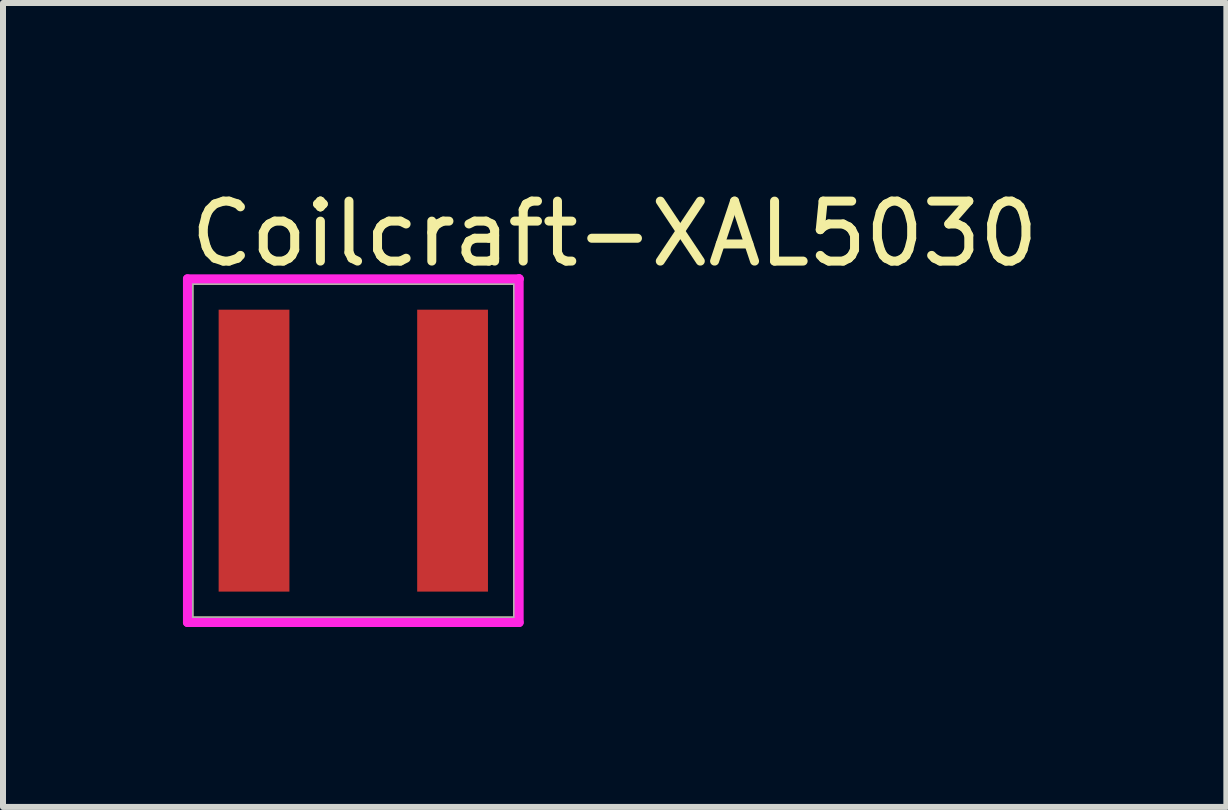
<source format=kicad_pcb>
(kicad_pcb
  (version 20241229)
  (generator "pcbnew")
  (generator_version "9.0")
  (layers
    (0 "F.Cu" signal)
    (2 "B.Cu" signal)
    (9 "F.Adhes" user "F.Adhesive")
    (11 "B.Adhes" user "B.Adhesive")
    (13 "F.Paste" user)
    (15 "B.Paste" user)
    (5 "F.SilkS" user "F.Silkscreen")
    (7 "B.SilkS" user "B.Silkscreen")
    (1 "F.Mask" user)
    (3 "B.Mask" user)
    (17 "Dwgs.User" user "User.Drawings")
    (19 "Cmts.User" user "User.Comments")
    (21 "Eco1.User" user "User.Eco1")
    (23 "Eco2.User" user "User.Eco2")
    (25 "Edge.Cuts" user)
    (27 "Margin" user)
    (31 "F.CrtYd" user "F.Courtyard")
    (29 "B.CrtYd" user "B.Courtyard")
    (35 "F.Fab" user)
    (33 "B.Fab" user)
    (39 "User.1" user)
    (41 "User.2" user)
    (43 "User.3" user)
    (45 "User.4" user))
  (footprint "Coilcraft-XAL5030"
    (layer "F.Cu")
    (at 2.84 4.463)
    (property "Reference" "Coilcraft-XAL5030" (at -2.79 -3.615 0) (layer "F.SilkS") (effects (font (size 1 1) (thickness 0.15)) (justify left)))
    (attr through_hole)
    (fp_line (start -2.74 -2.84) (end 2.74 -2.84) (stroke (width 0.15) (type solid)) (layer "F.SilkS"))
    (fp_line (start -2.74 2.84) (end -2.74 -2.84) (stroke (width 0.15) (type solid)) (layer "F.SilkS"))
    (fp_line (start -2.74 2.84) (end 2.74 2.84) (stroke (width 0.15) (type solid)) (layer "F.SilkS"))
    (fp_line (start 2.74 2.84) (end 2.74 -2.84) (stroke (width 0.15) (type solid)) (layer "F.SilkS"))
    (fp_line (start -2.765 -2.865) (end -2.765 2.865) (stroke (width 0.15) (type solid)) (layer "F.CrtYd"))
    (fp_line (start -2.765 2.865) (end 2.765 2.865) (stroke (width 0.15) (type solid)) (layer "F.CrtYd"))
    (fp_line (start 2.765 -2.865) (end -2.765 -2.865) (stroke (width 0.15) (type solid)) (layer "F.CrtYd"))
    (fp_line (start 2.765 -2.865) (end 2.765 -2.865) (stroke (width 0.15) (type solid)) (layer "F.CrtYd"))
    (fp_line (start 2.765 2.865) (end 2.765 -2.865) (stroke (width 0.15) (type solid)) (layer "F.CrtYd"))
    (fp_line (start -2.74 -2.84) (end 2.74 -2.84) (stroke (width 0.15) (type solid)) (layer "F.Fab"))
    (fp_line (start -2.74 2.84) (end -2.74 -2.84) (stroke (width 0.15) (type solid)) (layer "F.Fab"))
    (fp_line (start 2.74 -2.84) (end 2.74 2.84) (stroke (width 0.15) (type solid)) (layer "F.Fab"))
    (fp_line (start 2.74 2.84) (end -2.74 2.84) (stroke (width 0.15) (type solid)) (layer "F.Fab"))
    (pad "1" smd rect (at -1.655 0) (size 1.18 4.7) (layers "F.Cu" "F.Mask" "F.Paste"))
    (pad "2" smd rect (at 1.655 0) (size 1.18 4.7) (layers "F.Cu" "F.Mask" "F.Paste")))
  (gr_rect
    (start -3 -3)
    (end 17.395 10.403)
    (stroke (width 0.1) (type default))
    (fill no)
    (layer "Edge.Cuts")))
</source>
